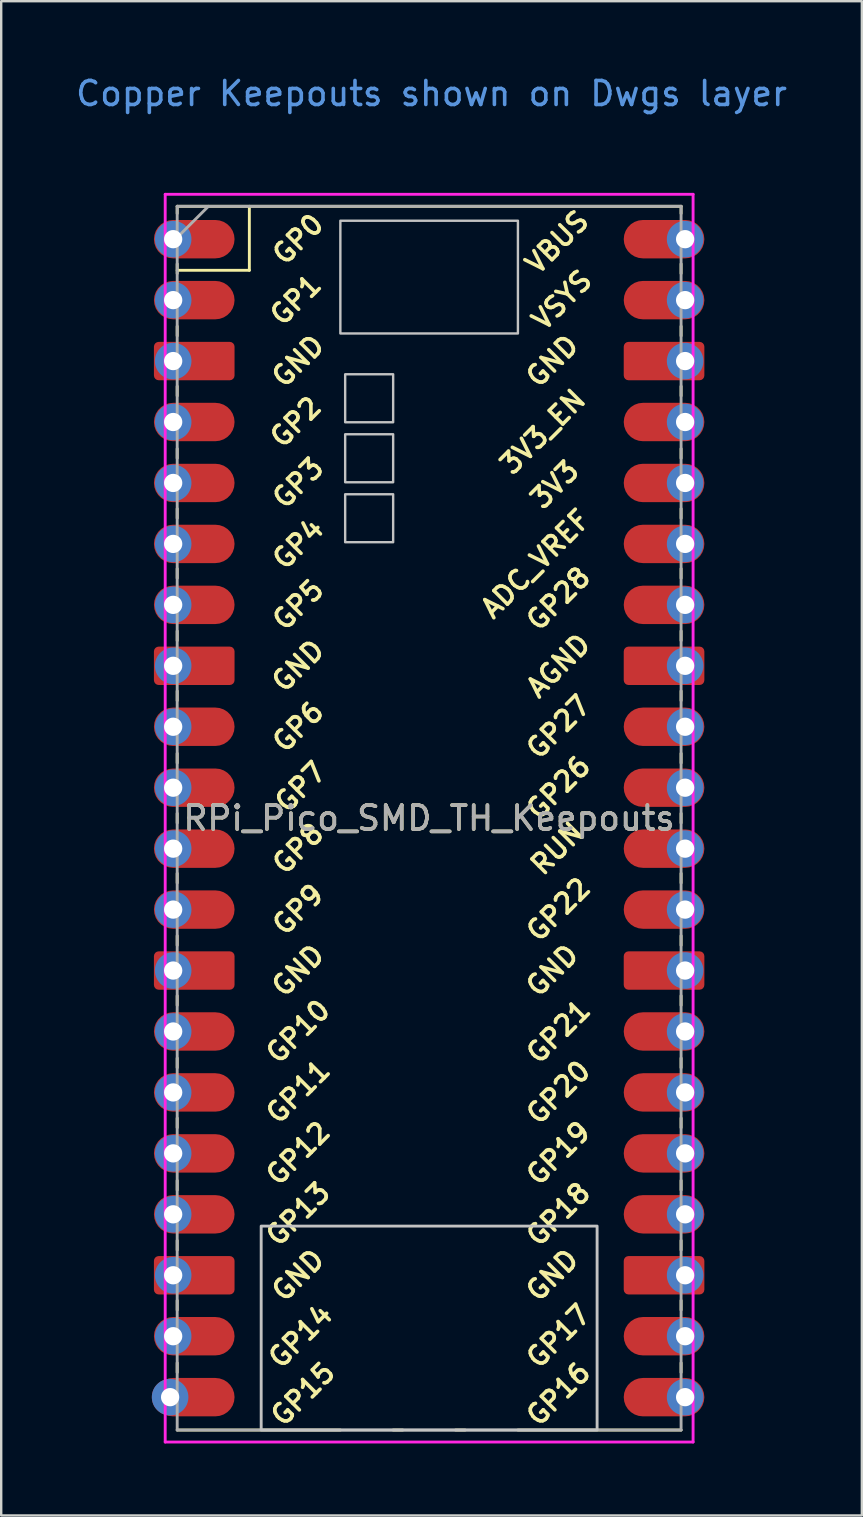
<source format=kicad_pcb>
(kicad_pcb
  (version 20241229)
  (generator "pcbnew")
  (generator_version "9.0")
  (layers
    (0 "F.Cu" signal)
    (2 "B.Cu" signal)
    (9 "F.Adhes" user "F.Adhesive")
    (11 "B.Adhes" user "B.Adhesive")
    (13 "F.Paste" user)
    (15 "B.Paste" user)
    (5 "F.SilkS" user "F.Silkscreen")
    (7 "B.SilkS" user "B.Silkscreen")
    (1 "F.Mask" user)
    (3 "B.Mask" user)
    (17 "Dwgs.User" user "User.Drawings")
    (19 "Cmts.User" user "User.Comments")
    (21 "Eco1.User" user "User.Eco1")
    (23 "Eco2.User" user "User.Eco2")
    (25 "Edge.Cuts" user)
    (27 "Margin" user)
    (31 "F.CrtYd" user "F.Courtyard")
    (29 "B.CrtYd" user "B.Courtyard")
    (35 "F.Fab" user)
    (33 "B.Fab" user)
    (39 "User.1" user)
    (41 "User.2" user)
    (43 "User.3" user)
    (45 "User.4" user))
  (footprint "RPi_Pico_SMD_TH_Keepouts"
    (layer "F.Cu")
    (at 14.835 31.048)
    (property "Reference" "RPi_Pico_SMD_TH_Keepouts" (at 0 0 0) (layer "F.SilkS") (effects (font (size 1 1) (thickness 0.15))))
    (attr through_hole)
    (fp_line (start -10.5 -25.5) (end -10.5 -25.2) (stroke (width 0.12) (type solid)) (layer "F.SilkS"))
    (fp_line (start -10.5 -25.5) (end 10.5 -25.5) (stroke (width 0.12) (type solid)) (layer "F.SilkS"))
    (fp_line (start -10.5 -23.1) (end -10.5 -22.7) (stroke (width 0.12) (type solid)) (layer "F.SilkS"))
    (fp_line (start -10.5 -22.833) (end -7.493 -22.833) (stroke (width 0.12) (type solid)) (layer "F.SilkS"))
    (fp_line (start -10.5 -20.5) (end -10.5 -20.1) (stroke (width 0.12) (type solid)) (layer "F.SilkS"))
    (fp_line (start -10.5 -18) (end -10.5 -17.6) (stroke (width 0.12) (type solid)) (layer "F.SilkS"))
    (fp_line (start -10.5 -15.4) (end -10.5 -15) (stroke (width 0.12) (type solid)) (layer "F.SilkS"))
    (fp_line (start -10.5 -12.9) (end -10.5 -12.5) (stroke (width 0.12) (type solid)) (layer "F.SilkS"))
    (fp_line (start -10.5 -10.4) (end -10.5 -10) (stroke (width 0.12) (type solid)) (layer "F.SilkS"))
    (fp_line (start -10.5 -7.8) (end -10.5 -7.4) (stroke (width 0.12) (type solid)) (layer "F.SilkS"))
    (fp_line (start -10.5 -5.3) (end -10.5 -4.9) (stroke (width 0.12) (type solid)) (layer "F.SilkS"))
    (fp_line (start -10.5 -2.7) (end -10.5 -2.3) (stroke (width 0.12) (type solid)) (layer "F.SilkS"))
    (fp_line (start -10.5 -0.2) (end -10.5 0.2) (stroke (width 0.12) (type solid)) (layer "F.SilkS"))
    (fp_line (start -10.5 2.3) (end -10.5 2.7) (stroke (width 0.12) (type solid)) (layer "F.SilkS"))
    (fp_line (start -10.5 4.9) (end -10.5 5.3) (stroke (width 0.12) (type solid)) (layer "F.SilkS"))
    (fp_line (start -10.5 7.4) (end -10.5 7.8) (stroke (width 0.12) (type solid)) (layer "F.SilkS"))
    (fp_line (start -10.5 10) (end -10.5 10.4) (stroke (width 0.12) (type solid)) (layer "F.SilkS"))
    (fp_line (start -10.5 12.5) (end -10.5 12.9) (stroke (width 0.12) (type solid)) (layer "F.SilkS"))
    (fp_line (start -10.5 15.1) (end -10.5 15.5) (stroke (width 0.12) (type solid)) (layer "F.SilkS"))
    (fp_line (start -10.5 17.6) (end -10.5 18) (stroke (width 0.12) (type solid)) (layer "F.SilkS"))
    (fp_line (start -10.5 20.1) (end -10.5 20.5) (stroke (width 0.12) (type solid)) (layer "F.SilkS"))
    (fp_line (start -10.5 22.7) (end -10.5 23.1) (stroke (width 0.12) (type solid)) (layer "F.SilkS"))
    (fp_line (start -7.493 -22.833) (end -7.493 -25.5) (stroke (width 0.12) (type solid)) (layer "F.SilkS"))
    (fp_line (start -3.7 25.5) (end -10.5 25.5) (stroke (width 0.12) (type solid)) (layer "F.SilkS"))
    (fp_line (start -1.5 25.5) (end -1.1 25.5) (stroke (width 0.12) (type solid)) (layer "F.SilkS"))
    (fp_line (start 1.1 25.5) (end 1.5 25.5) (stroke (width 0.12) (type solid)) (layer "F.SilkS"))
    (fp_line (start 10.5 -25.5) (end 10.5 -25.2) (stroke (width 0.12) (type solid)) (layer "F.SilkS"))
    (fp_line (start 10.5 -23.1) (end 10.5 -22.7) (stroke (width 0.12) (type solid)) (layer "F.SilkS"))
    (fp_line (start 10.5 -20.5) (end 10.5 -20.1) (stroke (width 0.12) (type solid)) (layer "F.SilkS"))
    (fp_line (start 10.5 -18) (end 10.5 -17.6) (stroke (width 0.12) (type solid)) (layer "F.SilkS"))
    (fp_line (start 10.5 -15.4) (end 10.5 -15) (stroke (width 0.12) (type solid)) (layer "F.SilkS"))
    (fp_line (start 10.5 -12.9) (end 10.5 -12.5) (stroke (width 0.12) (type solid)) (layer "F.SilkS"))
    (fp_line (start 10.5 -10.4) (end 10.5 -10) (stroke (width 0.12) (type solid)) (layer "F.SilkS"))
    (fp_line (start 10.5 -7.8) (end 10.5 -7.4) (stroke (width 0.12) (type solid)) (layer "F.SilkS"))
    (fp_line (start 10.5 -5.3) (end 10.5 -4.9) (stroke (width 0.12) (type solid)) (layer "F.SilkS"))
    (fp_line (start 10.5 -2.7) (end 10.5 -2.3) (stroke (width 0.12) (type solid)) (layer "F.SilkS"))
    (fp_line (start 10.5 -0.2) (end 10.5 0.2) (stroke (width 0.12) (type solid)) (layer "F.SilkS"))
    (fp_line (start 10.5 2.3) (end 10.5 2.7) (stroke (width 0.12) (type solid)) (layer "F.SilkS"))
    (fp_line (start 10.5 4.9) (end 10.5 5.3) (stroke (width 0.12) (type solid)) (layer "F.SilkS"))
    (fp_line (start 10.5 7.4) (end 10.5 7.8) (stroke (width 0.12) (type solid)) (layer "F.SilkS"))
    (fp_line (start 10.5 10) (end 10.5 10.4) (stroke (width 0.12) (type solid)) (layer "F.SilkS"))
    (fp_line (start 10.5 12.5) (end 10.5 12.9) (stroke (width 0.12) (type solid)) (layer "F.SilkS"))
    (fp_line (start 10.5 15.1) (end 10.5 15.5) (stroke (width 0.12) (type solid)) (layer "F.SilkS"))
    (fp_line (start 10.5 17.6) (end 10.5 18) (stroke (width 0.12) (type solid)) (layer "F.SilkS"))
    (fp_line (start 10.5 20.1) (end 10.5 20.5) (stroke (width 0.12) (type solid)) (layer "F.SilkS"))
    (fp_line (start 10.5 22.7) (end 10.5 23.1) (stroke (width 0.12) (type solid)) (layer "F.SilkS"))
    (fp_line (start 10.5 25.5) (end 3.7 25.5) (stroke (width 0.12) (type solid)) (layer "F.SilkS"))
    (fp_rect (start -7 17) (end 7 25.5) (stroke (width 0.12) (type solid)) (fill no) (layer "Dwgs.User"))
    (fp_poly (pts (xy -1.5 -16.5) (xy -3.5 -16.5) (xy -3.5 -18.5) (xy -1.5 -18.5)) (stroke (width 0.1) (type solid)) (fill no) (layer "Dwgs.User"))
    (fp_poly (pts (xy -1.5 -14) (xy -3.5 -14) (xy -3.5 -16) (xy -1.5 -16)) (stroke (width 0.1) (type solid)) (fill no) (layer "Dwgs.User"))
    (fp_poly (pts (xy -1.5 -11.5) (xy -3.5 -11.5) (xy -3.5 -13.5) (xy -1.5 -13.5)) (stroke (width 0.1) (type solid)) (fill no) (layer "Dwgs.User"))
    (fp_poly (pts (xy 3.7 -20.2) (xy -3.7 -20.2) (xy -3.7 -24.9) (xy 3.7 -24.9)) (stroke (width 0.1) (type solid)) (fill no) (layer "Dwgs.User"))
    (fp_line (start -11 -26) (end 11 -26) (stroke (width 0.12) (type solid)) (layer "F.CrtYd"))
    (fp_line (start -11 26) (end -11 -26) (stroke (width 0.12) (type solid)) (layer "F.CrtYd"))
    (fp_line (start 11 -26) (end 11 26) (stroke (width 0.12) (type solid)) (layer "F.CrtYd"))
    (fp_line (start 11 26) (end -11 26) (stroke (width 0.12) (type solid)) (layer "F.CrtYd"))
    (fp_line (start -10.5 -25.5) (end 10.5 -25.5) (stroke (width 0.12) (type solid)) (layer "F.Fab"))
    (fp_line (start -10.5 -24.2) (end -9.2 -25.5) (stroke (width 0.12) (type solid)) (layer "F.Fab"))
    (fp_line (start -10.5 25.5) (end -10.5 -25.5) (stroke (width 0.12) (type solid)) (layer "F.Fab"))
    (fp_line (start 10.5 -25.5) (end 10.5 25.5) (stroke (width 0.12) (type solid)) (layer "F.Fab"))
    (fp_line (start 10.5 25.5) (end -10.5 25.5) (stroke (width 0.12) (type solid)) (layer "F.Fab"))
    (fp_text user "GP2" (at -5.561 -16.51 45) (layer "F.SilkS") (effects (font (size 0.8 0.8) (thickness 0.15))))
    (fp_text user "GP27" (at 5.388 -3.803 45) (layer "F.SilkS") (effects (font (size 0.8 0.8) (thickness 0.15))))
    (fp_text user "GP0" (at -5.461 -24.13 45) (layer "F.SilkS") (effects (font (size 0.8 0.8) (thickness 0.15))))
    (fp_text user "GP14" (at -5.361 21.59 45) (layer "F.SilkS") (effects (font (size 0.8 0.8) (thickness 0.15))))
    (fp_text user "GP18" (at 5.388 16.507 45) (layer "F.SilkS") (effects (font (size 0.8 0.8) (thickness 0.15))))
    (fp_text user "GP28" (at 5.388 -9.147 45) (layer "F.SilkS") (effects (font (size 0.8 0.8) (thickness 0.15))))
    (fp_text user "AGND" (at 5.388 -6.353 45) (layer "F.SilkS") (effects (font (size 0.8 0.8) (thickness 0.15))))
    (fp_text user "GP6" (at -5.461 -3.81 45) (layer "F.SilkS") (effects (font (size 0.8 0.8) (thickness 0.15))))
    (fp_text user "GND" (at -5.461 -6.35 45) (layer "F.SilkS") (effects (font (size 0.8 0.8) (thickness 0.15))))
    (fp_text user "GP10" (at -5.461 8.89 45) (layer "F.SilkS") (effects (font (size 0.8 0.8) (thickness 0.15))))
    (fp_text user "3V3" (at 5.234 -13.903 45) (layer "F.SilkS") (effects (font (size 0.8 0.8) (thickness 0.15))))
    (fp_text user "GP12" (at -5.461 13.97 45) (layer "F.SilkS") (effects (font (size 0.8 0.8) (thickness 0.15))))
    (fp_text user "RUN" (at 5.334 1.267 45) (layer "F.SilkS") (effects (font (size 0.8 0.8) (thickness 0.15))))
    (fp_text user "GP8" (at -5.461 1.27 45) (layer "F.SilkS") (effects (font (size 0.8 0.8) (thickness 0.15))))
    (fp_text user "GP5" (at -5.461 -8.89 45) (layer "F.SilkS") (effects (font (size 0.8 0.8) (thickness 0.15))))
    (fp_text user "3V3_EN" (at 4.734 -16.103 45) (layer "F.SilkS") (effects (font (size 0.8 0.8) (thickness 0.15))))
    (fp_text user "GP16" (at 5.388 23.997 45) (layer "F.SilkS") (effects (font (size 0.8 0.8) (thickness 0.15))))
    (fp_text user "GP15" (at -5.261 24 45) (layer "F.SilkS") (effects (font (size 0.8 0.8) (thickness 0.15))))
    (fp_text user "GND" (at 5.134 -19.053 45) (layer "F.SilkS") (effects (font (size 0.8 0.8) (thickness 0.15))))
    (fp_text user "GP1" (at -5.561 -21.6 45) (layer "F.SilkS") (effects (font (size 0.8 0.8) (thickness 0.15))))
    (fp_text user "GP4" (at -5.461 -11.43 45) (layer "F.SilkS") (effects (font (size 0.8 0.8) (thickness 0.15))))
    (fp_text user "GP21" (at 5.388 8.897 45) (layer "F.SilkS") (effects (font (size 0.8 0.8) (thickness 0.15))))
    (fp_text user "GP17" (at 5.388 21.587 45) (layer "F.SilkS") (effects (font (size 0.8 0.8) (thickness 0.15))))
    (fp_text user "GND" (at 5.134 6.347 45) (layer "F.SilkS") (effects (font (size 0.8 0.8) (thickness 0.15))))
    (fp_text user "ADC_VREF" (at 4.434 -10.603 45) (layer "F.SilkS") (effects (font (size 0.8 0.8) (thickness 0.15))))
    (fp_text user "GP22" (at 5.388 3.807 45) (layer "F.SilkS") (effects (font (size 0.8 0.8) (thickness 0.15))))
    (fp_text user "VBUS" (at 5.334 -24.003 45) (layer "F.SilkS") (effects (font (size 0.8 0.8) (thickness 0.15))))
    (fp_text user "GP11" (at -5.461 11.4 45) (layer "F.SilkS") (effects (font (size 0.8 0.8) (thickness 0.15))))
    (fp_text user "GP7" (at -5.361 -1.3 45) (layer "F.SilkS") (effects (font (size 0.8 0.8) (thickness 0.15))))
    (fp_text user "GP13" (at -5.461 16.5 45) (layer "F.SilkS") (effects (font (size 0.8 0.8) (thickness 0.15))))
    (fp_text user "GP9" (at -5.461 3.81 45) (layer "F.SilkS") (effects (font (size 0.8 0.8) (thickness 0.15))))
    (fp_text user "GND" (at -5.461 -19.05 45) (layer "F.SilkS") (effects (font (size 0.8 0.8) (thickness 0.15))))
    (fp_text user "GND" (at 5.134 19.047 45) (layer "F.SilkS") (effects (font (size 0.8 0.8) (thickness 0.15))))
    (fp_text user "GND" (at -5.461 6.35 45) (layer "F.SilkS") (effects (font (size 0.8 0.8) (thickness 0.15))))
    (fp_text user "GP26" (at 5.388 -1.273 45) (layer "F.SilkS") (effects (font (size 0.8 0.8) (thickness 0.15))))
    (fp_text user "GP19" (at 5.388 13.967 45) (layer "F.SilkS") (effects (font (size 0.8 0.8) (thickness 0.15))))
    (fp_text user "VSYS" (at 5.534 -21.593 45) (layer "F.SilkS") (effects (font (size 0.8 0.8) (thickness 0.15))))
    (fp_text user "GP20" (at 5.388 11.427 45) (layer "F.SilkS") (effects (font (size 0.8 0.8) (thickness 0.15))))
    (fp_text user "GND" (at -5.461 19.05 45) (layer "F.SilkS") (effects (font (size 0.8 0.8) (thickness 0.15))))
    (fp_text user "GP3" (at -5.461 -13.97 45) (layer "F.SilkS") (effects (font (size 0.8 0.8) (thickness 0.15))))
    (fp_text user "Copper Keepouts shown on Dwgs layer" (at 0.1 -30.2 0) (layer "Cmts.User") (effects (font (size 1 1) (thickness 0.15))))
    (fp_text user "${REFERENCE}" (at 0 0 180) (layer "F.Fab") (effects (font (size 1 1) (thickness 0.15))))
    (pad "1" thru_hole circle (at -10.668 -24.13) (size 1.524 1.524) (drill 0.762) (layers "*.Cu" "*.Mask"))
    (pad "1" smd roundrect (at -8.89 -24.13) (size 3.36 1.6) (drill (offset -0.9 0)) (layers "F.Cu" "F.Mask") (roundrect_rratio 0.5))
    (pad "2" thru_hole circle (at -10.668 -21.59) (size 1.524 1.524) (drill 0.762) (layers "*.Cu" "*.Mask"))
    (pad "2" smd roundrect (at -8.89 -21.59) (size 3.36 1.6) (drill (offset -0.9 0)) (layers "F.Cu" "F.Mask") (roundrect_rratio 0.5))
    (pad "3" thru_hole circle (at -10.668 -19.05) (size 1.524 1.524) (drill 0.762) (layers "*.Cu" "*.Mask"))
    (pad "3" smd roundrect (at -8.89 -19.05) (size 3.36 1.6) (drill (offset -0.9 0)) (layers "F.Cu" "F.Mask") (roundrect_rratio 0.125))
    (pad "4" thru_hole circle (at -10.668 -16.51) (size 1.524 1.524) (drill 0.762) (layers "*.Cu" "*.Mask"))
    (pad "4" smd roundrect (at -8.89 -16.51) (size 3.36 1.6) (drill (offset -0.9 0)) (layers "F.Cu" "F.Mask") (roundrect_rratio 0.5))
    (pad "5" thru_hole circle (at -10.668 -13.97) (size 1.524 1.524) (drill 0.762) (layers "*.Cu" "*.Mask"))
    (pad "5" smd roundrect (at -8.89 -13.97) (size 3.36 1.6) (drill (offset -0.9 0)) (layers "F.Cu" "F.Mask") (roundrect_rratio 0.5))
    (pad "6" thru_hole circle (at -10.668 -11.43) (size 1.524 1.524) (drill 0.762) (layers "*.Cu" "*.Mask"))
    (pad "6" smd roundrect (at -8.89 -11.43) (size 3.36 1.6) (drill (offset -0.9 0)) (layers "F.Cu" "F.Mask") (roundrect_rratio 0.5))
    (pad "7" thru_hole circle (at -10.668 -8.89) (size 1.524 1.524) (drill 0.762) (layers "*.Cu" "*.Mask"))
    (pad "7" smd roundrect (at -8.89 -8.89) (size 3.36 1.6) (drill (offset -0.9 0)) (layers "F.Cu" "F.Mask") (roundrect_rratio 0.5))
    (pad "8" thru_hole circle (at -10.668 -6.35) (size 1.524 1.524) (drill 0.762) (layers "*.Cu" "*.Mask"))
    (pad "8" smd roundrect (at -8.89 -6.35) (size 3.36 1.6) (drill (offset -0.9 0)) (layers "F.Cu" "F.Mask") (roundrect_rratio 0.125))
    (pad "9" thru_hole circle (at -10.668 -3.81) (size 1.524 1.524) (drill 0.762) (layers "*.Cu" "*.Mask"))
    (pad "9" smd roundrect (at -8.89 -3.81) (size 3.36 1.6) (drill (offset -0.9 0)) (layers "F.Cu" "F.Mask") (roundrect_rratio 0.5))
    (pad "10" thru_hole circle (at -10.668 -1.27) (size 1.524 1.524) (drill 0.762) (layers "*.Cu" "*.Mask"))
    (pad "10" smd roundrect (at -8.89 -1.27) (size 3.36 1.6) (drill (offset -0.9 0)) (layers "F.Cu" "F.Mask") (roundrect_rratio 0.5))
    (pad "11" thru_hole circle (at -10.668 1.27) (size 1.524 1.524) (drill 0.762) (layers "*.Cu" "*.Mask"))
    (pad "11" smd roundrect (at -8.89 1.27) (size 3.36 1.6) (drill (offset -0.9 0)) (layers "F.Cu" "F.Mask") (roundrect_rratio 0.5))
    (pad "12" thru_hole circle (at -10.668 3.81) (size 1.524 1.524) (drill 0.762) (layers "*.Cu" "*.Mask"))
    (pad "12" smd roundrect (at -8.89 3.81) (size 3.36 1.6) (drill (offset -0.9 0)) (layers "F.Cu" "F.Mask") (roundrect_rratio 0.5))
    (pad "13" thru_hole circle (at -10.668 6.35) (size 1.524 1.524) (drill 0.762) (layers "*.Cu" "*.Mask"))
    (pad "13" smd roundrect (at -8.89 6.35) (size 3.36 1.6) (drill (offset -0.9 0)) (layers "F.Cu" "F.Mask") (roundrect_rratio 0.125))
    (pad "14" thru_hole circle (at -10.668 8.89) (size 1.524 1.524) (drill 0.762) (layers "*.Cu" "*.Mask"))
    (pad "14" smd roundrect (at -8.89 8.89) (size 3.36 1.6) (drill (offset -0.9 0)) (layers "F.Cu" "F.Mask") (roundrect_rratio 0.5))
    (pad "15" thru_hole circle (at -10.668 11.43) (size 1.524 1.524) (drill 0.762) (layers "*.Cu" "*.Mask"))
    (pad "15" smd roundrect (at -8.89 11.43) (size 3.36 1.6) (drill (offset -0.9 0)) (layers "F.Cu" "F.Mask") (roundrect_rratio 0.5))
    (pad "16" thru_hole circle (at -10.668 13.97) (size 1.524 1.524) (drill 0.762) (layers "*.Cu" "*.Mask"))
    (pad "16" smd roundrect (at -8.89 13.97) (size 3.36 1.6) (drill (offset -0.9 0)) (layers "F.Cu" "F.Mask") (roundrect_rratio 0.5))
    (pad "17" thru_hole circle (at -10.668 16.51) (size 1.524 1.524) (drill 0.762) (layers "*.Cu" "*.Mask"))
    (pad "17" smd roundrect (at -8.89 16.51) (size 3.36 1.6) (drill (offset -0.9 0)) (layers "F.Cu" "F.Mask") (roundrect_rratio 0.5))
    (pad "18" thru_hole circle (at -10.668 19.05) (size 1.524 1.524) (drill 0.762) (layers "*.Cu" "*.Mask"))
    (pad "18" smd roundrect (at -8.89 19.05) (size 3.36 1.6) (drill (offset -0.9 0)) (layers "F.Cu" "F.Mask") (roundrect_rratio 0.125))
    (pad "19" thru_hole circle (at -10.668 21.59) (size 1.524 1.524) (drill 0.762) (layers "*.Cu" "*.Mask"))
    (pad "19" smd roundrect (at -8.89 21.59) (size 3.36 1.6) (drill (offset -0.9 0)) (layers "F.Cu" "F.Mask") (roundrect_rratio 0.5))
    (pad "20" thru_hole circle (at -10.795 24.13) (size 1.524 1.524) (drill 0.762) (layers "*.Cu" "*.Mask"))
    (pad "20" smd roundrect (at -8.89 24.13) (size 3.36 1.6) (drill (offset -0.9 0)) (layers "F.Cu" "F.Mask") (roundrect_rratio 0.5))
    (pad "21" smd roundrect (at 8.89 24.13) (size 3.36 1.6) (drill (offset 0.9 0)) (layers "F.Cu" "F.Mask") (roundrect_rratio 0.5))
    (pad "21" thru_hole circle (at 10.668 24.13) (size 1.524 1.524) (drill 0.762) (layers "*.Cu" "*.Mask"))
    (pad "22" smd roundrect (at 8.89 21.59) (size 3.36 1.6) (drill (offset 0.9 0)) (layers "F.Cu" "F.Mask") (roundrect_rratio 0.5))
    (pad "22" thru_hole circle (at 10.668 21.59) (size 1.524 1.524) (drill 0.762) (layers "*.Cu" "*.Mask"))
    (pad "23" smd roundrect (at 8.89 19.05) (size 3.36 1.6) (drill (offset 0.9 0)) (layers "F.Cu" "F.Mask") (roundrect_rratio 0.125))
    (pad "23" thru_hole circle (at 10.668 19.05) (size 1.524 1.524) (drill 0.762) (layers "*.Cu" "*.Mask"))
    (pad "24" smd roundrect (at 8.89 16.51) (size 3.36 1.6) (drill (offset 0.9 0)) (layers "F.Cu" "F.Mask") (roundrect_rratio 0.5))
    (pad "24" thru_hole circle (at 10.668 16.51) (size 1.524 1.524) (drill 0.762) (layers "*.Cu" "*.Mask"))
    (pad "25" smd roundrect (at 8.89 13.97) (size 3.36 1.6) (drill (offset 0.9 0)) (layers "F.Cu" "F.Mask") (roundrect_rratio 0.5))
    (pad "25" thru_hole circle (at 10.668 13.97) (size 1.524 1.524) (drill 0.762) (layers "*.Cu" "*.Mask"))
    (pad "26" smd roundrect (at 8.89 11.43) (size 3.36 1.6) (drill (offset 0.9 0)) (layers "F.Cu" "F.Mask") (roundrect_rratio 0.5))
    (pad "26" thru_hole circle (at 10.668 11.43) (size 1.524 1.524) (drill 0.762) (layers "*.Cu" "*.Mask"))
    (pad "27" smd roundrect (at 8.89 8.89) (size 3.36 1.6) (drill (offset 0.9 0)) (layers "F.Cu" "F.Mask") (roundrect_rratio 0.5))
    (pad "27" thru_hole circle (at 10.668 8.89) (size 1.524 1.524) (drill 0.762) (layers "*.Cu" "*.Mask"))
    (pad "28" smd roundrect (at 8.89 6.35) (size 3.36 1.6) (drill (offset 0.9 0)) (layers "F.Cu" "F.Mask") (roundrect_rratio 0.125))
    (pad "28" thru_hole circle (at 10.668 6.35) (size 1.524 1.524) (drill 0.762) (layers "*.Cu" "*.Mask"))
    (pad "29" smd roundrect (at 8.89 3.81) (size 3.36 1.6) (drill (offset 0.9 0)) (layers "F.Cu" "F.Mask") (roundrect_rratio 0.5))
    (pad "29" thru_hole circle (at 10.668 3.81) (size 1.524 1.524) (drill 0.762) (layers "*.Cu" "*.Mask"))
    (pad "30" smd roundrect (at 8.89 1.27) (size 3.36 1.6) (drill (offset 0.9 0)) (layers "F.Cu" "F.Mask") (roundrect_rratio 0.5))
    (pad "30" thru_hole circle (at 10.668 1.27) (size 1.524 1.524) (drill 0.762) (layers "*.Cu" "*.Mask"))
    (pad "31" smd roundrect (at 8.89 -1.27) (size 3.36 1.6) (drill (offset 0.9 0)) (layers "F.Cu" "F.Mask") (roundrect_rratio 0.5))
    (pad "31" thru_hole circle (at 10.668 -1.27) (size 1.524 1.524) (drill 0.762) (layers "*.Cu" "*.Mask"))
    (pad "32" smd roundrect (at 8.89 -3.81) (size 3.36 1.6) (drill (offset 0.9 0)) (layers "F.Cu" "F.Mask") (roundrect_rratio 0.5))
    (pad "32" thru_hole circle (at 10.668 -3.81) (size 1.524 1.524) (drill 0.762) (layers "*.Cu" "*.Mask"))
    (pad "33" smd roundrect (at 8.89 -6.35) (size 3.36 1.6) (drill (offset 0.9 0)) (layers "F.Cu" "F.Mask") (roundrect_rratio 0.125))
    (pad "33" thru_hole circle (at 10.668 -6.35) (size 1.524 1.524) (drill 0.762) (layers "*.Cu" "*.Mask"))
    (pad "34" smd roundrect (at 8.89 -8.89) (size 3.36 1.6) (drill (offset 0.9 0)) (layers "F.Cu" "F.Mask") (roundrect_rratio 0.5))
    (pad "34" thru_hole circle (at 10.668 -8.89) (size 1.524 1.524) (drill 0.762) (layers "*.Cu" "*.Mask"))
    (pad "35" smd roundrect (at 8.89 -11.43) (size 3.36 1.6) (drill (offset 0.9 0)) (layers "F.Cu" "F.Mask") (roundrect_rratio 0.5))
    (pad "35" thru_hole circle (at 10.668 -11.43) (size 1.524 1.524) (drill 0.762) (layers "*.Cu" "*.Mask"))
    (pad "36" smd roundrect (at 8.89 -13.97) (size 3.36 1.6) (drill (offset 0.9 0)) (layers "F.Cu" "F.Mask") (roundrect_rratio 0.5))
    (pad "36" thru_hole circle (at 10.668 -13.97) (size 1.524 1.524) (drill 0.762) (layers "*.Cu" "*.Mask"))
    (pad "37" smd roundrect (at 8.89 -16.51) (size 3.36 1.6) (drill (offset 0.9 0)) (layers "F.Cu" "F.Mask") (roundrect_rratio 0.5))
    (pad "37" thru_hole circle (at 10.668 -16.51) (size 1.524 1.524) (drill 0.762) (layers "*.Cu" "*.Mask"))
    (pad "38" smd roundrect (at 8.89 -19.05) (size 3.36 1.6) (drill (offset 0.9 0)) (layers "F.Cu" "F.Mask") (roundrect_rratio 0.125))
    (pad "38" thru_hole circle (at 10.668 -19.05) (size 1.524 1.524) (drill 0.762) (layers "*.Cu" "*.Mask"))
    (pad "39" smd roundrect (at 8.89 -21.59) (size 3.36 1.6) (drill (offset 0.9 0)) (layers "F.Cu" "F.Mask") (roundrect_rratio 0.5))
    (pad "39" thru_hole circle (at 10.668 -21.59) (size 1.524 1.524) (drill 0.762) (layers "*.Cu" "*.Mask"))
    (pad "40" smd roundrect (at 8.89 -24.13) (size 3.36 1.6) (drill (offset 0.9 0)) (layers "F.Cu" "F.Mask") (roundrect_rratio 0.5))
    (pad "40" thru_hole circle (at 10.668 -24.13) (size 1.524 1.524) (drill 0.762) (layers "*.Cu" "*.Mask")))
  (gr_rect
    (start -3 -3)
    (end 32.869 60.108)
    (stroke (width 0.1) (type default))
    (fill no)
    (layer "Edge.Cuts")))
</source>
